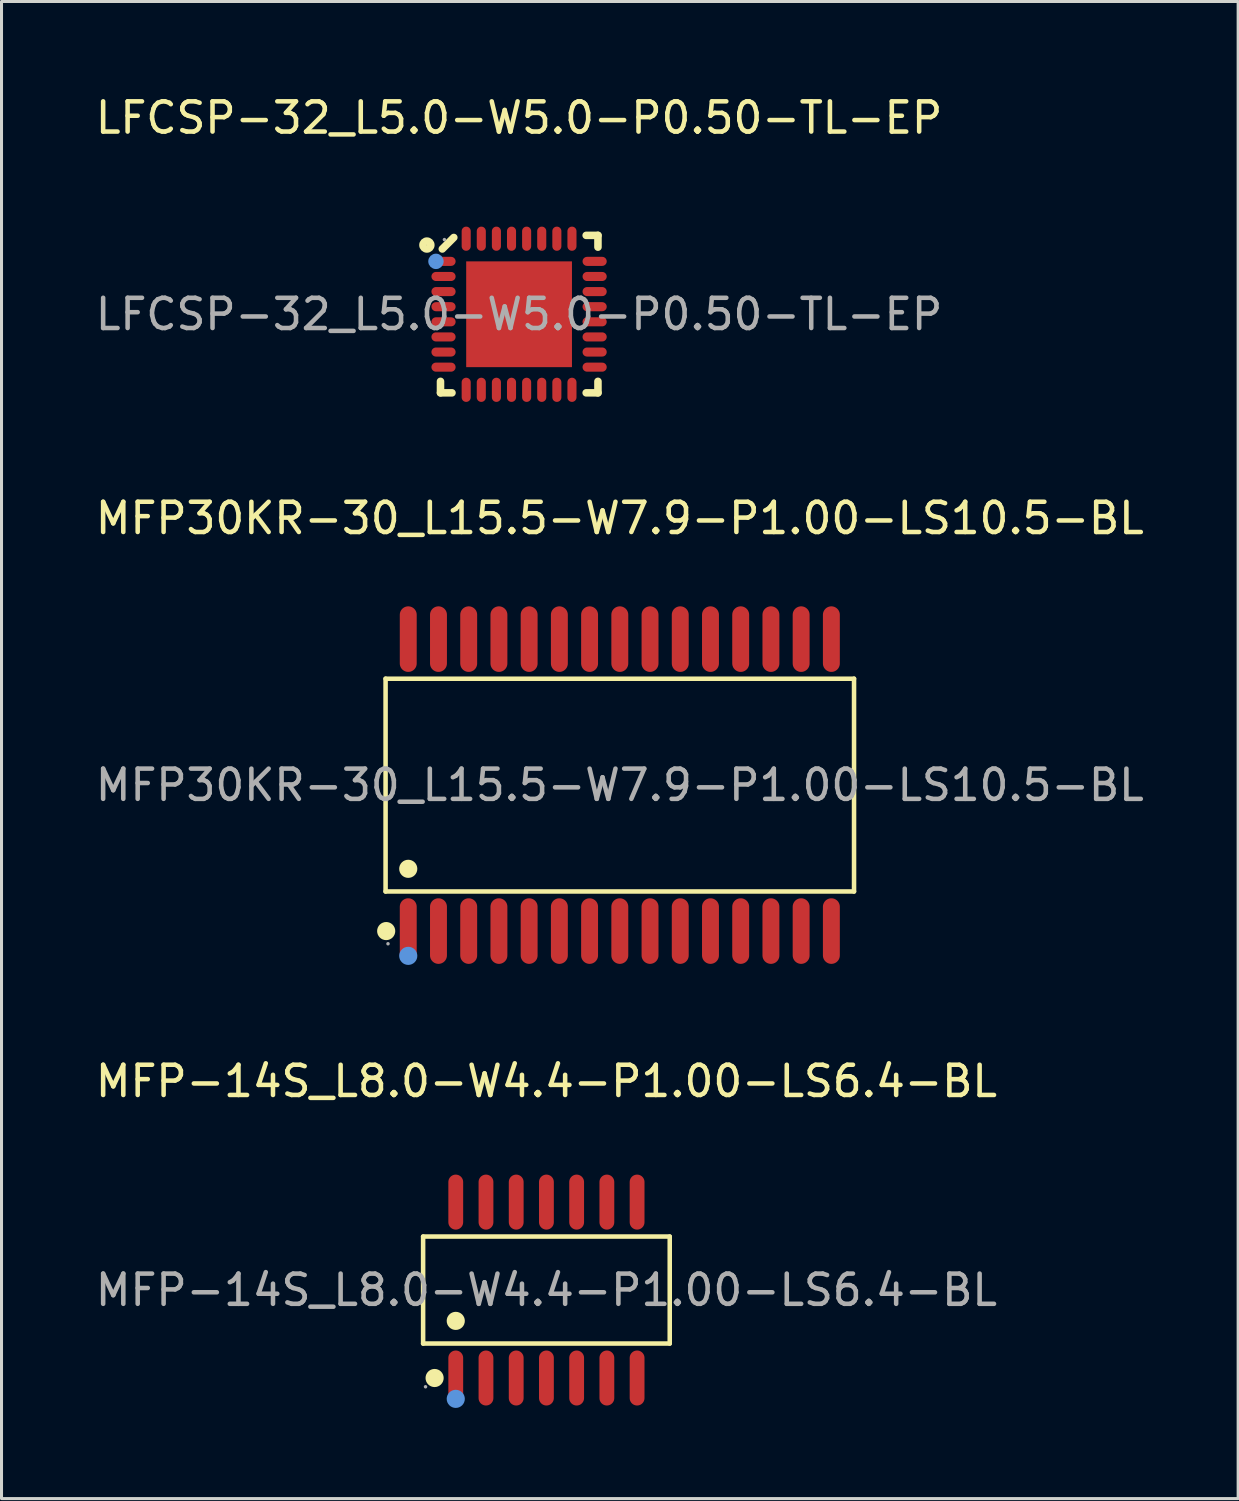
<source format=kicad_pcb>
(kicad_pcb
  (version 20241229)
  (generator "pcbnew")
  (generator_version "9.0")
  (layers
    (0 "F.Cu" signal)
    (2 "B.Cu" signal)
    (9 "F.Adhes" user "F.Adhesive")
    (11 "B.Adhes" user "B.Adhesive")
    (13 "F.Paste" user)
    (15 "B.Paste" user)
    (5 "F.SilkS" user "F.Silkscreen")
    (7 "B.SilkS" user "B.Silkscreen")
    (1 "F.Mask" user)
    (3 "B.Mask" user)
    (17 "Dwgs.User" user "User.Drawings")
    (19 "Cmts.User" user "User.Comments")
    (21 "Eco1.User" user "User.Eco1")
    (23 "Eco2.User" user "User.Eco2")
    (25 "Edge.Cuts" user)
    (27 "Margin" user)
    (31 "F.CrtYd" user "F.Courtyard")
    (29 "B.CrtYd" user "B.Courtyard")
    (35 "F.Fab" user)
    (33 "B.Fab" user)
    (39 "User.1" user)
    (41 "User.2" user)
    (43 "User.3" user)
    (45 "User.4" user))
  (footprint "LFCSP-32_L5.0-W5.0-P0.50-TL-EP"
    (layer "F.Cu")
    (at 14.125 7.348)
    (property "Reference" "LFCSP-32_L5.0-W5.0-P0.50-TL-EP" (at 0 -6.5 0) (layer "F.SilkS") (effects (font (size 1 1) (thickness 0.15))))
    (attr through_hole)
    (fp_line (start -2.6 2.22) (end -2.6 2.6) (stroke (width 0.25) (type solid)) (layer "F.SilkS"))
    (fp_line (start -2.6 2.6) (end -2.22 2.6) (stroke (width 0.25) (type solid)) (layer "F.SilkS"))
    (fp_line (start -2.16 -2.54) (end -2.54 -2.16) (stroke (width 0.25) (type solid)) (layer "F.SilkS"))
    (fp_line (start 2.22 2.6) (end 2.61 2.6) (stroke (width 0.25) (type solid)) (layer "F.SilkS"))
    (fp_line (start 2.61 -2.61) (end 2.22 -2.61) (stroke (width 0.25) (type solid)) (layer "F.SilkS"))
    (fp_line (start 2.61 -2.22) (end 2.61 -2.61) (stroke (width 0.25) (type solid)) (layer "F.SilkS"))
    (fp_line (start 2.61 2.6) (end 2.61 2.22) (stroke (width 0.25) (type solid)) (layer "F.SilkS"))
    (fp_circle (center -3.05 -2.29) (end -2.92 -2.29) (stroke (width 0.25) (type solid)) (fill no) (layer "F.SilkS"))
    (fp_circle (center -2.75 -1.75) (end -2.62 -1.75) (stroke (width 0.25) (type solid)) (fill no) (layer "Cmts.User"))
    (fp_circle (center -2.47 -2.47) (end -2.44 -2.47) (stroke (width 0.06) (type solid)) (fill no) (layer "F.Fab"))
    (fp_text user "${REFERENCE}" (at 0 0 0) (layer "F.Fab") (effects (font (size 1 1) (thickness 0.15))))
    (pad "1" smd oval (at -2.5 -1.75) (size 0.8 0.3) (layers "F.Cu" "F.Mask" "F.Paste"))
    (pad "2" smd oval (at -2.5 -1.25) (size 0.8 0.3) (layers "F.Cu" "F.Mask" "F.Paste"))
    (pad "3" smd oval (at -2.5 -0.75) (size 0.8 0.3) (layers "F.Cu" "F.Mask" "F.Paste"))
    (pad "4" smd oval (at -2.5 -0.25) (size 0.8 0.3) (layers "F.Cu" "F.Mask" "F.Paste"))
    (pad "5" smd oval (at -2.5 0.25) (size 0.8 0.3) (layers "F.Cu" "F.Mask" "F.Paste"))
    (pad "6" smd oval (at -2.5 0.75) (size 0.8 0.3) (layers "F.Cu" "F.Mask" "F.Paste"))
    (pad "7" smd oval (at -2.5 1.25) (size 0.8 0.3) (layers "F.Cu" "F.Mask" "F.Paste"))
    (pad "8" smd oval (at -2.5 1.75) (size 0.8 0.3) (layers "F.Cu" "F.Mask" "F.Paste"))
    (pad "9" smd oval (at -1.75 2.5) (size 0.3 0.8) (layers "F.Cu" "F.Mask" "F.Paste"))
    (pad "10" smd oval (at -1.25 2.5) (size 0.3 0.8) (layers "F.Cu" "F.Mask" "F.Paste"))
    (pad "11" smd oval (at -0.75 2.5) (size 0.3 0.8) (layers "F.Cu" "F.Mask" "F.Paste"))
    (pad "12" smd oval (at -0.25 2.5) (size 0.3 0.8) (layers "F.Cu" "F.Mask" "F.Paste"))
    (pad "13" smd oval (at 0.25 2.5) (size 0.3 0.8) (layers "F.Cu" "F.Mask" "F.Paste"))
    (pad "14" smd oval (at 0.75 2.5) (size 0.3 0.8) (layers "F.Cu" "F.Mask" "F.Paste"))
    (pad "15" smd oval (at 1.25 2.5) (size 0.3 0.8) (layers "F.Cu" "F.Mask" "F.Paste"))
    (pad "16" smd oval (at 1.75 2.5) (size 0.3 0.8) (layers "F.Cu" "F.Mask" "F.Paste"))
    (pad "17" smd oval (at 2.5 1.75) (size 0.8 0.3) (layers "F.Cu" "F.Mask" "F.Paste"))
    (pad "18" smd oval (at 2.5 1.25) (size 0.8 0.3) (layers "F.Cu" "F.Mask" "F.Paste"))
    (pad "19" smd oval (at 2.5 0.75) (size 0.8 0.3) (layers "F.Cu" "F.Mask" "F.Paste"))
    (pad "20" smd oval (at 2.5 0.25) (size 0.8 0.3) (layers "F.Cu" "F.Mask" "F.Paste"))
    (pad "21" smd oval (at 2.5 -0.25) (size 0.8 0.3) (layers "F.Cu" "F.Mask" "F.Paste"))
    (pad "22" smd oval (at 2.5 -0.75) (size 0.8 0.3) (layers "F.Cu" "F.Mask" "F.Paste"))
    (pad "23" smd oval (at 2.5 -1.25) (size 0.8 0.3) (layers "F.Cu" "F.Mask" "F.Paste"))
    (pad "24" smd oval (at 2.5 -1.75) (size 0.8 0.3) (layers "F.Cu" "F.Mask" "F.Paste"))
    (pad "25" smd oval (at 1.75 -2.5) (size 0.3 0.8) (layers "F.Cu" "F.Mask" "F.Paste"))
    (pad "26" smd oval (at 1.25 -2.5) (size 0.3 0.8) (layers "F.Cu" "F.Mask" "F.Paste"))
    (pad "27" smd oval (at 0.75 -2.5) (size 0.3 0.8) (layers "F.Cu" "F.Mask" "F.Paste"))
    (pad "28" smd oval (at 0.25 -2.5) (size 0.3 0.8) (layers "F.Cu" "F.Mask" "F.Paste"))
    (pad "29" smd oval (at -0.25 -2.5) (size 0.3 0.8) (layers "F.Cu" "F.Mask" "F.Paste"))
    (pad "30" smd oval (at -0.75 -2.5) (size 0.3 0.8) (layers "F.Cu" "F.Mask" "F.Paste"))
    (pad "31" smd oval (at -1.25 -2.5) (size 0.3 0.8) (layers "F.Cu" "F.Mask" "F.Paste"))
    (pad "32" smd oval (at -1.75 -2.5) (size 0.3 0.8) (layers "F.Cu" "F.Mask" "F.Paste"))
    (pad "33" smd rect (at 0 0) (size 3.5 3.5) (layers "F.Cu" "F.Mask" "F.Paste")))
  (footprint "MFP-14S_L8.0-W4.4-P1.00-LS6.4-BL"
    (layer "F.Cu")
    (at 15.03 39.635)
    (property "Reference" "MFP-14S_L8.0-W4.4-P1.00-LS6.4-BL" (at 0 -6.91 0) (layer "F.SilkS") (effects (font (size 1 1) (thickness 0.15))))
    (attr through_hole)
    (fp_line (start -4.08 -1.77) (end 4.08 -1.77) (stroke (width 0.15) (type solid)) (layer "F.SilkS"))
    (fp_line (start -4.08 1.77) (end -4.08 -1.77) (stroke (width 0.15) (type solid)) (layer "F.SilkS"))
    (fp_line (start 4.08 -1.77) (end 4.08 1.77) (stroke (width 0.15) (type solid)) (layer "F.SilkS"))
    (fp_line (start 4.08 1.77) (end -4.08 1.77) (stroke (width 0.15) (type solid)) (layer "F.SilkS"))
    (fp_circle (center -3.7 2.91) (end -3.55 2.91) (stroke (width 0.3) (type solid)) (fill no) (layer "F.SilkS"))
    (fp_circle (center -3 1.02) (end -2.85 1.02) (stroke (width 0.3) (type solid)) (fill no) (layer "F.SilkS"))
    (fp_circle (center -3 3.6) (end -2.85 3.6) (stroke (width 0.3) (type solid)) (fill no) (layer "Cmts.User"))
    (fp_circle (center -4 3.2) (end -3.97 3.2) (stroke (width 0.06) (type solid)) (fill no) (layer "F.Fab"))
    (fp_text user "${REFERENCE}" (at 0 0 0) (layer "F.Fab") (effects (font (size 1 1) (thickness 0.15))))
    (pad "1" smd oval (at -3 2.91) (size 0.49 1.82) (layers "F.Cu" "F.Mask" "F.Paste"))
    (pad "2" smd oval (at -2 2.91) (size 0.49 1.82) (layers "F.Cu" "F.Mask" "F.Paste"))
    (pad "3" smd oval (at -1 2.91) (size 0.49 1.82) (layers "F.Cu" "F.Mask" "F.Paste"))
    (pad "4" smd oval (at 0 2.91) (size 0.49 1.82) (layers "F.Cu" "F.Mask" "F.Paste"))
    (pad "5" smd oval (at 1 2.91) (size 0.49 1.82) (layers "F.Cu" "F.Mask" "F.Paste"))
    (pad "6" smd oval (at 2 2.91) (size 0.49 1.82) (layers "F.Cu" "F.Mask" "F.Paste"))
    (pad "7" smd oval (at 3 2.91) (size 0.49 1.82) (layers "F.Cu" "F.Mask" "F.Paste"))
    (pad "8" smd oval (at 3 -2.91) (size 0.49 1.82) (layers "F.Cu" "F.Mask" "F.Paste"))
    (pad "9" smd oval (at 2 -2.91) (size 0.49 1.82) (layers "F.Cu" "F.Mask" "F.Paste"))
    (pad "10" smd oval (at 1 -2.91) (size 0.49 1.82) (layers "F.Cu" "F.Mask" "F.Paste"))
    (pad "11" smd oval (at 0 -2.91) (size 0.49 1.82) (layers "F.Cu" "F.Mask" "F.Paste"))
    (pad "12" smd oval (at -1 -2.91) (size 0.49 1.82) (layers "F.Cu" "F.Mask" "F.Paste"))
    (pad "13" smd oval (at -2 -2.91) (size 0.49 1.82) (layers "F.Cu" "F.Mask" "F.Paste"))
    (pad "14" smd oval (at -3 -2.91) (size 0.49 1.82) (layers "F.Cu" "F.Mask" "F.Paste")))
  (footprint "MFP30KR-30_L15.5-W7.9-P1.00-LS10.5-BL"
    (layer "F.Cu")
    (at 17.458 22.927)
    (property "Reference" "MFP30KR-30_L15.5-W7.9-P1.00-LS10.5-BL" (at 0 -8.83 0) (layer "F.SilkS") (effects (font (size 1 1) (thickness 0.15))))
    (attr through_hole)
    (fp_line (start -7.75 -3.52) (end 7.75 -3.52) (stroke (width 0.15) (type solid)) (layer "F.SilkS"))
    (fp_line (start -7.75 3.52) (end -7.75 -3.52) (stroke (width 0.15) (type solid)) (layer "F.SilkS"))
    (fp_line (start 7.75 -3.52) (end 7.75 3.52) (stroke (width 0.15) (type solid)) (layer "F.SilkS"))
    (fp_line (start 7.75 3.52) (end -7.75 3.52) (stroke (width 0.15) (type solid)) (layer "F.SilkS"))
    (fp_circle (center -7.73 4.83) (end -7.58 4.83) (stroke (width 0.3) (type solid)) (fill no) (layer "F.SilkS"))
    (fp_circle (center -7 2.77) (end -6.85 2.77) (stroke (width 0.3) (type solid)) (fill no) (layer "F.SilkS"))
    (fp_circle (center -7 5.65) (end -6.85 5.65) (stroke (width 0.3) (type solid)) (fill no) (layer "Cmts.User"))
    (fp_circle (center -7.67 5.25) (end -7.64 5.25) (stroke (width 0.06) (type solid)) (fill no) (layer "F.Fab"))
    (fp_text user "${REFERENCE}" (at 0 0 0) (layer "F.Fab") (effects (font (size 1 1) (thickness 0.15))))
    (pad "1" smd oval (at -7 4.83) (size 0.56 2.17) (layers "F.Cu" "F.Mask" "F.Paste"))
    (pad "2" smd oval (at -6 4.83) (size 0.56 2.17) (layers "F.Cu" "F.Mask" "F.Paste"))
    (pad "3" smd oval (at -5 4.83) (size 0.56 2.17) (layers "F.Cu" "F.Mask" "F.Paste"))
    (pad "4" smd oval (at -4 4.83) (size 0.56 2.17) (layers "F.Cu" "F.Mask" "F.Paste"))
    (pad "5" smd oval (at -3 4.83) (size 0.56 2.17) (layers "F.Cu" "F.Mask" "F.Paste"))
    (pad "6" smd oval (at -2 4.83) (size 0.56 2.17) (layers "F.Cu" "F.Mask" "F.Paste"))
    (pad "7" smd oval (at -1 4.83) (size 0.56 2.17) (layers "F.Cu" "F.Mask" "F.Paste"))
    (pad "8" smd oval (at 0 4.83) (size 0.56 2.17) (layers "F.Cu" "F.Mask" "F.Paste"))
    (pad "9" smd oval (at 1 4.83) (size 0.56 2.17) (layers "F.Cu" "F.Mask" "F.Paste"))
    (pad "10" smd oval (at 2 4.83) (size 0.56 2.17) (layers "F.Cu" "F.Mask" "F.Paste"))
    (pad "11" smd oval (at 3 4.83) (size 0.56 2.17) (layers "F.Cu" "F.Mask" "F.Paste"))
    (pad "12" smd oval (at 4 4.83) (size 0.56 2.17) (layers "F.Cu" "F.Mask" "F.Paste"))
    (pad "13" smd oval (at 5 4.83) (size 0.56 2.17) (layers "F.Cu" "F.Mask" "F.Paste"))
    (pad "14" smd oval (at 6 4.83) (size 0.56 2.17) (layers "F.Cu" "F.Mask" "F.Paste"))
    (pad "15" smd oval (at 7 4.83) (size 0.56 2.17) (layers "F.Cu" "F.Mask" "F.Paste"))
    (pad "16" smd oval (at 7 -4.83) (size 0.56 2.17) (layers "F.Cu" "F.Mask" "F.Paste"))
    (pad "17" smd oval (at 6 -4.83) (size 0.56 2.17) (layers "F.Cu" "F.Mask" "F.Paste"))
    (pad "18" smd oval (at 5 -4.83) (size 0.56 2.17) (layers "F.Cu" "F.Mask" "F.Paste"))
    (pad "19" smd oval (at 4 -4.83) (size 0.56 2.17) (layers "F.Cu" "F.Mask" "F.Paste"))
    (pad "20" smd oval (at 3 -4.83) (size 0.56 2.17) (layers "F.Cu" "F.Mask" "F.Paste"))
    (pad "21" smd oval (at 2 -4.83) (size 0.56 2.17) (layers "F.Cu" "F.Mask" "F.Paste"))
    (pad "22" smd oval (at 1 -4.83) (size 0.56 2.17) (layers "F.Cu" "F.Mask" "F.Paste"))
    (pad "23" smd oval (at 0 -4.83) (size 0.56 2.17) (layers "F.Cu" "F.Mask" "F.Paste"))
    (pad "24" smd oval (at -1 -4.83) (size 0.56 2.17) (layers "F.Cu" "F.Mask" "F.Paste"))
    (pad "25" smd oval (at -2 -4.83) (size 0.56 2.17) (layers "F.Cu" "F.Mask" "F.Paste"))
    (pad "26" smd oval (at -3 -4.83) (size 0.56 2.17) (layers "F.Cu" "F.Mask" "F.Paste"))
    (pad "27" smd oval (at -4 -4.83) (size 0.56 2.17) (layers "F.Cu" "F.Mask" "F.Paste"))
    (pad "28" smd oval (at -5 -4.83) (size 0.56 2.17) (layers "F.Cu" "F.Mask" "F.Paste"))
    (pad "29" smd oval (at -6 -4.83) (size 0.56 2.17) (layers "F.Cu" "F.Mask" "F.Paste"))
    (pad "30" smd oval (at -7 -4.83) (size 0.56 2.17) (layers "F.Cu" "F.Mask" "F.Paste")))
  (gr_rect
    (start -3 -3)
    (end 37.917 46.535)
    (stroke (width 0.1) (type default))
    (fill no)
    (layer "Edge.Cuts")))
</source>
